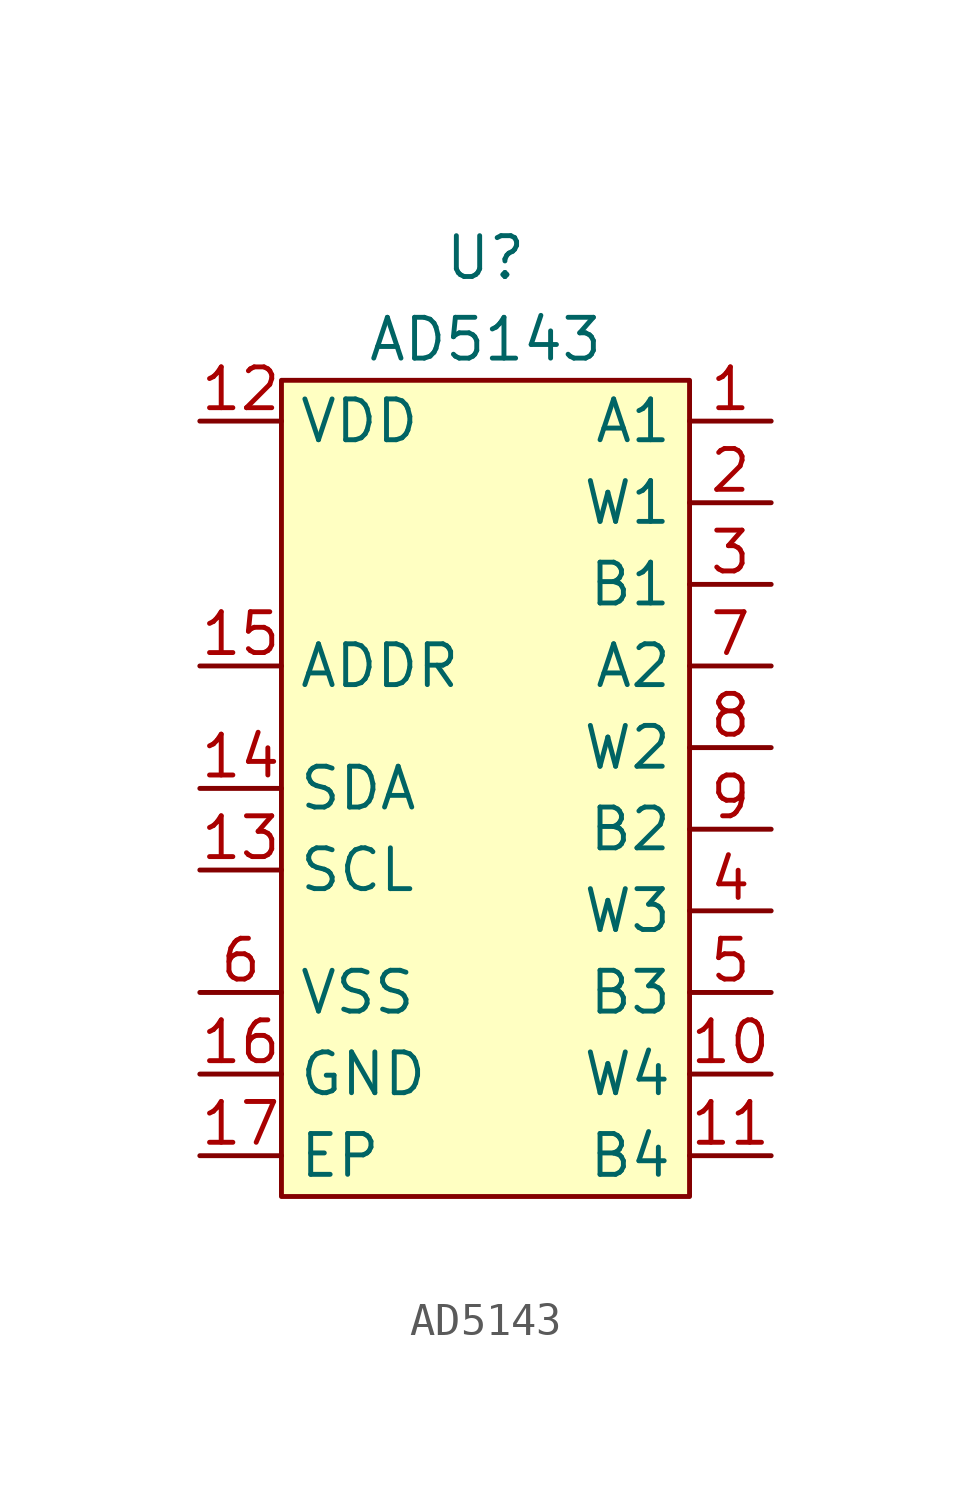
<source format=kicad_sym>
(kicad_symbol_lib
  (version 20231120)
  (generator "kicad_symbol_editor")
  (generator_version "8.0")
  (symbol "AD5143"
    (property "Reference" "U"
      (at 0 3.81 0)
      (effects (font (size 1.27 1.27))))
    (property "Value" "AD5143"
      (at 0 1.27 0)
      (effects (font (size 1.27 1.27))))
    (symbol "AD5143_1_1"
      (rectangle (start -6.35 0) (end 6.35 -25.4) (stroke (width 0) (type default)) (fill (type background)))
      (pin input line (at 8.89 -1.27 180) (length 2.54) (name "A1" (effects (font (size 1.27 1.27)))) (number "1" (effects (font (size 1.27 1.27)))))
      (pin passive line (at 8.89 -21.59 180) (length 2.54) (name "W4" (effects (font (size 1.27 1.27)))) (number "10" (effects (font (size 1.27 1.27)))))
      (pin passive line (at 8.89 -24.13 180) (length 2.54) (name "B4" (effects (font (size 1.27 1.27)))) (number "11" (effects (font (size 1.27 1.27)))))
      (pin input line (at -8.89 -1.27 0) (length 2.54) (name "VDD" (effects (font (size 1.27 1.27)))) (number "12" (effects (font (size 1.27 1.27)))))
      (pin input line (at -8.89 -15.24 0) (length 2.54) (name "SCL" (effects (font (size 1.27 1.27)))) (number "13" (effects (font (size 1.27 1.27)))))
      (pin bidirectional line (at -8.89 -12.7 0) (length 2.54) (name "SDA" (effects (font (size 1.27 1.27)))) (number "14" (effects (font (size 1.27 1.27)))))
      (pin input line (at -8.89 -8.89 0) (length 2.54) (name "ADDR" (effects (font (size 1.27 1.27)))) (number "15" (effects (font (size 1.27 1.27)))))
      (pin input line (at -8.89 -21.59 0) (length 2.54) (name "GND" (effects (font (size 1.27 1.27)))) (number "16" (effects (font (size 1.27 1.27)))))
      (pin passive line (at -8.89 -24.13 0) (length 2.54) (name "EP" (effects (font (size 1.27 1.27)))) (number "17" (effects (font (size 1.27 1.27)))))
      (pin passive line (at 8.89 -3.81 180) (length 2.54) (name "W1" (effects (font (size 1.27 1.27)))) (number "2" (effects (font (size 1.27 1.27)))))
      (pin passive line (at 8.89 -6.35 180) (length 2.54) (name "B1" (effects (font (size 1.27 1.27)))) (number "3" (effects (font (size 1.27 1.27)))))
      (pin passive line (at 8.89 -16.51 180) (length 2.54) (name "W3" (effects (font (size 1.27 1.27)))) (number "4" (effects (font (size 1.27 1.27)))))
      (pin passive line (at 8.89 -19.05 180) (length 2.54) (name "B3" (effects (font (size 1.27 1.27)))) (number "5" (effects (font (size 1.27 1.27)))))
      (pin power_in line (at -8.89 -19.05 0) (length 2.54) (name "VSS" (effects (font (size 1.27 1.27)))) (number "6" (effects (font (size 1.27 1.27)))))
      (pin passive line (at 8.89 -8.89 180) (length 2.54) (name "A2" (effects (font (size 1.27 1.27)))) (number "7" (effects (font (size 1.27 1.27)))))
      (pin passive line (at 8.89 -11.43 180) (length 2.54) (name "W2" (effects (font (size 1.27 1.27)))) (number "8" (effects (font (size 1.27 1.27)))))
      (pin passive line (at 8.89 -13.97 180) (length 2.54) (name "B2" (effects (font (size 1.27 1.27)))) (number "9" (effects (font (size 1.27 1.27))))))))
</source>
